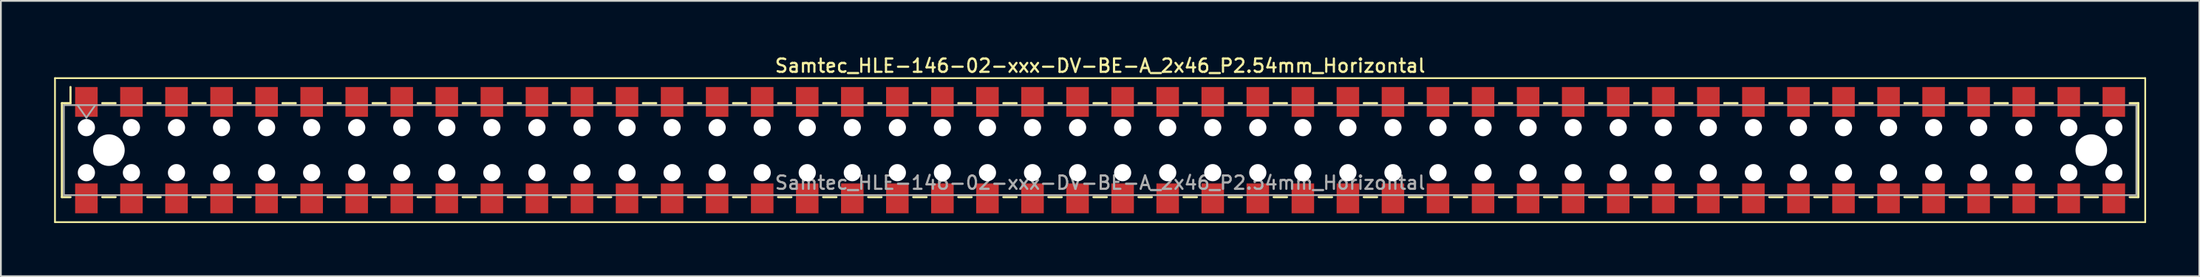
<source format=kicad_pcb>
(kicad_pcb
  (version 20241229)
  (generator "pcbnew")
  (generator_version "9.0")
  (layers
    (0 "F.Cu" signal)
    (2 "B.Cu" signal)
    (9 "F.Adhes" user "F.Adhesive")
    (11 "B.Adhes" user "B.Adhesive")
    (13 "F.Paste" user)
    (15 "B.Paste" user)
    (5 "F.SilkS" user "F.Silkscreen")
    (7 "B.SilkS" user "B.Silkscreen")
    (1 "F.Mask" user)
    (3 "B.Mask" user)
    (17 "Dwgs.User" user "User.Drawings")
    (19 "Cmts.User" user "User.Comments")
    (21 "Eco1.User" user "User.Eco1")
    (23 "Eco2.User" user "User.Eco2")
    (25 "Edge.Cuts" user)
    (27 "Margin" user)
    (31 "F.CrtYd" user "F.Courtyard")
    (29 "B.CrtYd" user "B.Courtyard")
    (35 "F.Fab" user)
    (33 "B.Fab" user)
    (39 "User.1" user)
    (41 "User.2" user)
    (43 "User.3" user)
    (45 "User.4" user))
  (footprint "Samtec_HLE-146-02-xxx-DV-BE-A_2x46_P2.54mm_Horizontal"
    (layer "F.Cu")
    (at 58.97 5.418)
    (property "Reference" "Samtec_HLE-146-02-xxx-DV-BE-A_2x46_P2.54mm_Horizontal" (at 0 -4.76 0) (layer "F.SilkS") (effects (font (size 0.75 0.75) (thickness 0.125))))
    (attr smd)
    (fp_line (start -58.92 -4.06) (end 58.92 -4.06) (stroke (width 0.1) (type solid)) (layer "F.SilkS"))
    (fp_line (start -58.92 4.06) (end -58.92 -4.06) (stroke (width 0.1) (type solid)) (layer "F.SilkS"))
    (fp_line (start -58.53 -2.65) (end -58.53 2.65) (stroke (width 0.12) (type solid)) (layer "F.SilkS"))
    (fp_line (start -58.53 2.65) (end -58.045 2.65) (stroke (width 0.12) (type solid)) (layer "F.SilkS"))
    (fp_line (start -58.045 -3.56) (end -58.045 -2.65) (stroke (width 0.12) (type solid)) (layer "F.SilkS"))
    (fp_line (start -58.045 -2.65) (end -58.53 -2.65) (stroke (width 0.12) (type solid)) (layer "F.SilkS"))
    (fp_line (start -56.255 -2.65) (end -55.505 -2.65) (stroke (width 0.12) (type solid)) (layer "F.SilkS"))
    (fp_line (start -56.255 2.65) (end -55.505 2.65) (stroke (width 0.12) (type solid)) (layer "F.SilkS"))
    (fp_line (start -53.715 -2.65) (end -52.965 -2.65) (stroke (width 0.12) (type solid)) (layer "F.SilkS"))
    (fp_line (start -53.715 2.65) (end -52.965 2.65) (stroke (width 0.12) (type solid)) (layer "F.SilkS"))
    (fp_line (start -51.175 -2.65) (end -50.425 -2.65) (stroke (width 0.12) (type solid)) (layer "F.SilkS"))
    (fp_line (start -51.175 2.65) (end -50.425 2.65) (stroke (width 0.12) (type solid)) (layer "F.SilkS"))
    (fp_line (start -48.635 -2.65) (end -47.885 -2.65) (stroke (width 0.12) (type solid)) (layer "F.SilkS"))
    (fp_line (start -48.635 2.65) (end -47.885 2.65) (stroke (width 0.12) (type solid)) (layer "F.SilkS"))
    (fp_line (start -46.095 -2.65) (end -45.345 -2.65) (stroke (width 0.12) (type solid)) (layer "F.SilkS"))
    (fp_line (start -46.095 2.65) (end -45.345 2.65) (stroke (width 0.12) (type solid)) (layer "F.SilkS"))
    (fp_line (start -43.555 -2.65) (end -42.805 -2.65) (stroke (width 0.12) (type solid)) (layer "F.SilkS"))
    (fp_line (start -43.555 2.65) (end -42.805 2.65) (stroke (width 0.12) (type solid)) (layer "F.SilkS"))
    (fp_line (start -41.015 -2.65) (end -40.265 -2.65) (stroke (width 0.12) (type solid)) (layer "F.SilkS"))
    (fp_line (start -41.015 2.65) (end -40.265 2.65) (stroke (width 0.12) (type solid)) (layer "F.SilkS"))
    (fp_line (start -38.475 -2.65) (end -37.725 -2.65) (stroke (width 0.12) (type solid)) (layer "F.SilkS"))
    (fp_line (start -38.475 2.65) (end -37.725 2.65) (stroke (width 0.12) (type solid)) (layer "F.SilkS"))
    (fp_line (start -35.935 -2.65) (end -35.185 -2.65) (stroke (width 0.12) (type solid)) (layer "F.SilkS"))
    (fp_line (start -35.935 2.65) (end -35.185 2.65) (stroke (width 0.12) (type solid)) (layer "F.SilkS"))
    (fp_line (start -33.395 -2.65) (end -32.645 -2.65) (stroke (width 0.12) (type solid)) (layer "F.SilkS"))
    (fp_line (start -33.395 2.65) (end -32.645 2.65) (stroke (width 0.12) (type solid)) (layer "F.SilkS"))
    (fp_line (start -30.855 -2.65) (end -30.105 -2.65) (stroke (width 0.12) (type solid)) (layer "F.SilkS"))
    (fp_line (start -30.855 2.65) (end -30.105 2.65) (stroke (width 0.12) (type solid)) (layer "F.SilkS"))
    (fp_line (start -28.315 -2.65) (end -27.565 -2.65) (stroke (width 0.12) (type solid)) (layer "F.SilkS"))
    (fp_line (start -28.315 2.65) (end -27.565 2.65) (stroke (width 0.12) (type solid)) (layer "F.SilkS"))
    (fp_line (start -25.775 -2.65) (end -25.025 -2.65) (stroke (width 0.12) (type solid)) (layer "F.SilkS"))
    (fp_line (start -25.775 2.65) (end -25.025 2.65) (stroke (width 0.12) (type solid)) (layer "F.SilkS"))
    (fp_line (start -23.235 -2.65) (end -22.485 -2.65) (stroke (width 0.12) (type solid)) (layer "F.SilkS"))
    (fp_line (start -23.235 2.65) (end -22.485 2.65) (stroke (width 0.12) (type solid)) (layer "F.SilkS"))
    (fp_line (start -20.695 -2.65) (end -19.945 -2.65) (stroke (width 0.12) (type solid)) (layer "F.SilkS"))
    (fp_line (start -20.695 2.65) (end -19.945 2.65) (stroke (width 0.12) (type solid)) (layer "F.SilkS"))
    (fp_line (start -18.155 -2.65) (end -17.405 -2.65) (stroke (width 0.12) (type solid)) (layer "F.SilkS"))
    (fp_line (start -18.155 2.65) (end -17.405 2.65) (stroke (width 0.12) (type solid)) (layer "F.SilkS"))
    (fp_line (start -15.615 -2.65) (end -14.865 -2.65) (stroke (width 0.12) (type solid)) (layer "F.SilkS"))
    (fp_line (start -15.615 2.65) (end -14.865 2.65) (stroke (width 0.12) (type solid)) (layer "F.SilkS"))
    (fp_line (start -13.075 -2.65) (end -12.325 -2.65) (stroke (width 0.12) (type solid)) (layer "F.SilkS"))
    (fp_line (start -13.075 2.65) (end -12.325 2.65) (stroke (width 0.12) (type solid)) (layer "F.SilkS"))
    (fp_line (start -10.535 -2.65) (end -9.785 -2.65) (stroke (width 0.12) (type solid)) (layer "F.SilkS"))
    (fp_line (start -10.535 2.65) (end -9.785 2.65) (stroke (width 0.12) (type solid)) (layer "F.SilkS"))
    (fp_line (start -7.995 -2.65) (end -7.245 -2.65) (stroke (width 0.12) (type solid)) (layer "F.SilkS"))
    (fp_line (start -7.995 2.65) (end -7.245 2.65) (stroke (width 0.12) (type solid)) (layer "F.SilkS"))
    (fp_line (start -5.455 -2.65) (end -4.705 -2.65) (stroke (width 0.12) (type solid)) (layer "F.SilkS"))
    (fp_line (start -5.455 2.65) (end -4.705 2.65) (stroke (width 0.12) (type solid)) (layer "F.SilkS"))
    (fp_line (start -2.915 -2.65) (end -2.165 -2.65) (stroke (width 0.12) (type solid)) (layer "F.SilkS"))
    (fp_line (start -2.915 2.65) (end -2.165 2.65) (stroke (width 0.12) (type solid)) (layer "F.SilkS"))
    (fp_line (start -0.375 -2.65) (end 0.375 -2.65) (stroke (width 0.12) (type solid)) (layer "F.SilkS"))
    (fp_line (start -0.375 2.65) (end 0.375 2.65) (stroke (width 0.12) (type solid)) (layer "F.SilkS"))
    (fp_line (start 2.165 -2.65) (end 2.915 -2.65) (stroke (width 0.12) (type solid)) (layer "F.SilkS"))
    (fp_line (start 2.165 2.65) (end 2.915 2.65) (stroke (width 0.12) (type solid)) (layer "F.SilkS"))
    (fp_line (start 4.705 -2.65) (end 5.455 -2.65) (stroke (width 0.12) (type solid)) (layer "F.SilkS"))
    (fp_line (start 4.705 2.65) (end 5.455 2.65) (stroke (width 0.12) (type solid)) (layer "F.SilkS"))
    (fp_line (start 7.245 -2.65) (end 7.995 -2.65) (stroke (width 0.12) (type solid)) (layer "F.SilkS"))
    (fp_line (start 7.245 2.65) (end 7.995 2.65) (stroke (width 0.12) (type solid)) (layer "F.SilkS"))
    (fp_line (start 9.785 -2.65) (end 10.535 -2.65) (stroke (width 0.12) (type solid)) (layer "F.SilkS"))
    (fp_line (start 9.785 2.65) (end 10.535 2.65) (stroke (width 0.12) (type solid)) (layer "F.SilkS"))
    (fp_line (start 12.325 -2.65) (end 13.075 -2.65) (stroke (width 0.12) (type solid)) (layer "F.SilkS"))
    (fp_line (start 12.325 2.65) (end 13.075 2.65) (stroke (width 0.12) (type solid)) (layer "F.SilkS"))
    (fp_line (start 14.865 -2.65) (end 15.615 -2.65) (stroke (width 0.12) (type solid)) (layer "F.SilkS"))
    (fp_line (start 14.865 2.65) (end 15.615 2.65) (stroke (width 0.12) (type solid)) (layer "F.SilkS"))
    (fp_line (start 17.405 -2.65) (end 18.155 -2.65) (stroke (width 0.12) (type solid)) (layer "F.SilkS"))
    (fp_line (start 17.405 2.65) (end 18.155 2.65) (stroke (width 0.12) (type solid)) (layer "F.SilkS"))
    (fp_line (start 19.945 -2.65) (end 20.695 -2.65) (stroke (width 0.12) (type solid)) (layer "F.SilkS"))
    (fp_line (start 19.945 2.65) (end 20.695 2.65) (stroke (width 0.12) (type solid)) (layer "F.SilkS"))
    (fp_line (start 22.485 -2.65) (end 23.235 -2.65) (stroke (width 0.12) (type solid)) (layer "F.SilkS"))
    (fp_line (start 22.485 2.65) (end 23.235 2.65) (stroke (width 0.12) (type solid)) (layer "F.SilkS"))
    (fp_line (start 25.025 -2.65) (end 25.775 -2.65) (stroke (width 0.12) (type solid)) (layer "F.SilkS"))
    (fp_line (start 25.025 2.65) (end 25.775 2.65) (stroke (width 0.12) (type solid)) (layer "F.SilkS"))
    (fp_line (start 27.565 -2.65) (end 28.315 -2.65) (stroke (width 0.12) (type solid)) (layer "F.SilkS"))
    (fp_line (start 27.565 2.65) (end 28.315 2.65) (stroke (width 0.12) (type solid)) (layer "F.SilkS"))
    (fp_line (start 30.105 -2.65) (end 30.855 -2.65) (stroke (width 0.12) (type solid)) (layer "F.SilkS"))
    (fp_line (start 30.105 2.65) (end 30.855 2.65) (stroke (width 0.12) (type solid)) (layer "F.SilkS"))
    (fp_line (start 32.645 -2.65) (end 33.395 -2.65) (stroke (width 0.12) (type solid)) (layer "F.SilkS"))
    (fp_line (start 32.645 2.65) (end 33.395 2.65) (stroke (width 0.12) (type solid)) (layer "F.SilkS"))
    (fp_line (start 35.185 -2.65) (end 35.935 -2.65) (stroke (width 0.12) (type solid)) (layer "F.SilkS"))
    (fp_line (start 35.185 2.65) (end 35.935 2.65) (stroke (width 0.12) (type solid)) (layer "F.SilkS"))
    (fp_line (start 37.725 -2.65) (end 38.475 -2.65) (stroke (width 0.12) (type solid)) (layer "F.SilkS"))
    (fp_line (start 37.725 2.65) (end 38.475 2.65) (stroke (width 0.12) (type solid)) (layer "F.SilkS"))
    (fp_line (start 40.265 -2.65) (end 41.015 -2.65) (stroke (width 0.12) (type solid)) (layer "F.SilkS"))
    (fp_line (start 40.265 2.65) (end 41.015 2.65) (stroke (width 0.12) (type solid)) (layer "F.SilkS"))
    (fp_line (start 42.805 -2.65) (end 43.555 -2.65) (stroke (width 0.12) (type solid)) (layer "F.SilkS"))
    (fp_line (start 42.805 2.65) (end 43.555 2.65) (stroke (width 0.12) (type solid)) (layer "F.SilkS"))
    (fp_line (start 45.345 -2.65) (end 46.095 -2.65) (stroke (width 0.12) (type solid)) (layer "F.SilkS"))
    (fp_line (start 45.345 2.65) (end 46.095 2.65) (stroke (width 0.12) (type solid)) (layer "F.SilkS"))
    (fp_line (start 47.885 -2.65) (end 48.635 -2.65) (stroke (width 0.12) (type solid)) (layer "F.SilkS"))
    (fp_line (start 47.885 2.65) (end 48.635 2.65) (stroke (width 0.12) (type solid)) (layer "F.SilkS"))
    (fp_line (start 50.425 -2.65) (end 51.175 -2.65) (stroke (width 0.12) (type solid)) (layer "F.SilkS"))
    (fp_line (start 50.425 2.65) (end 51.175 2.65) (stroke (width 0.12) (type solid)) (layer "F.SilkS"))
    (fp_line (start 52.965 -2.65) (end 53.715 -2.65) (stroke (width 0.12) (type solid)) (layer "F.SilkS"))
    (fp_line (start 52.965 2.65) (end 53.715 2.65) (stroke (width 0.12) (type solid)) (layer "F.SilkS"))
    (fp_line (start 55.505 -2.65) (end 56.255 -2.65) (stroke (width 0.12) (type solid)) (layer "F.SilkS"))
    (fp_line (start 55.505 2.65) (end 56.255 2.65) (stroke (width 0.12) (type solid)) (layer "F.SilkS"))
    (fp_line (start 58.045 -2.65) (end 58.53 -2.65) (stroke (width 0.12) (type solid)) (layer "F.SilkS"))
    (fp_line (start 58.53 -2.65) (end 58.53 2.65) (stroke (width 0.12) (type solid)) (layer "F.SilkS"))
    (fp_line (start 58.53 2.65) (end 58.045 2.65) (stroke (width 0.12) (type solid)) (layer "F.SilkS"))
    (fp_line (start 58.92 -4.06) (end 58.92 4.06) (stroke (width 0.1) (type solid)) (layer "F.SilkS"))
    (fp_line (start 58.92 4.06) (end -58.92 4.06) (stroke (width 0.1) (type solid)) (layer "F.SilkS"))
    (fp_line (start -58.42 -2.54) (end 58.42 -2.54) (stroke (width 0.1) (type solid)) (layer "F.Fab"))
    (fp_line (start -58.42 2.54) (end -58.42 -2.54) (stroke (width 0.1) (type solid)) (layer "F.Fab"))
    (fp_line (start -57.65 -2.54) (end -57.15 -1.833) (stroke (width 0.1) (type solid)) (layer "F.Fab"))
    (fp_line (start -57.15 -1.833) (end -56.65 -2.54) (stroke (width 0.1) (type solid)) (layer "F.Fab"))
    (fp_line (start 58.42 -2.54) (end 58.42 2.54) (stroke (width 0.1) (type solid)) (layer "F.Fab"))
    (fp_line (start 58.42 2.54) (end -58.42 2.54) (stroke (width 0.1) (type solid)) (layer "F.Fab"))
    (fp_text user "${REFERENCE}" (at 0 1.84 0) (layer "F.Fab") (effects (font (size 0.75 0.75) (thickness 0.125))))
    (pad "" np_thru_hole circle (at -57.15 -1.27) (size 0.97 0.97) (drill 0.97) (layers "*.Cu" "*.Mask"))
    (pad "" np_thru_hole circle (at -57.15 1.27) (size 0.97 0.97) (drill 0.97) (layers "*.Cu" "*.Mask"))
    (pad "" np_thru_hole circle (at -55.88 0) (size 1.78 1.78) (drill 1.78) (layers "*.Cu" "*.Mask"))
    (pad "" np_thru_hole circle (at -54.61 -1.27) (size 0.97 0.97) (drill 0.97) (layers "*.Cu" "*.Mask"))
    (pad "" np_thru_hole circle (at -54.61 1.27) (size 0.97 0.97) (drill 0.97) (layers "*.Cu" "*.Mask"))
    (pad "" np_thru_hole circle (at -52.07 -1.27) (size 0.97 0.97) (drill 0.97) (layers "*.Cu" "*.Mask"))
    (pad "" np_thru_hole circle (at -52.07 1.27) (size 0.97 0.97) (drill 0.97) (layers "*.Cu" "*.Mask"))
    (pad "" np_thru_hole circle (at -49.53 -1.27) (size 0.97 0.97) (drill 0.97) (layers "*.Cu" "*.Mask"))
    (pad "" np_thru_hole circle (at -49.53 1.27) (size 0.97 0.97) (drill 0.97) (layers "*.Cu" "*.Mask"))
    (pad "" np_thru_hole circle (at -46.99 -1.27) (size 0.97 0.97) (drill 0.97) (layers "*.Cu" "*.Mask"))
    (pad "" np_thru_hole circle (at -46.99 1.27) (size 0.97 0.97) (drill 0.97) (layers "*.Cu" "*.Mask"))
    (pad "" np_thru_hole circle (at -44.45 -1.27) (size 0.97 0.97) (drill 0.97) (layers "*.Cu" "*.Mask"))
    (pad "" np_thru_hole circle (at -44.45 1.27) (size 0.97 0.97) (drill 0.97) (layers "*.Cu" "*.Mask"))
    (pad "" np_thru_hole circle (at -41.91 -1.27) (size 0.97 0.97) (drill 0.97) (layers "*.Cu" "*.Mask"))
    (pad "" np_thru_hole circle (at -41.91 1.27) (size 0.97 0.97) (drill 0.97) (layers "*.Cu" "*.Mask"))
    (pad "" np_thru_hole circle (at -39.37 -1.27) (size 0.97 0.97) (drill 0.97) (layers "*.Cu" "*.Mask"))
    (pad "" np_thru_hole circle (at -39.37 1.27) (size 0.97 0.97) (drill 0.97) (layers "*.Cu" "*.Mask"))
    (pad "" np_thru_hole circle (at -36.83 -1.27) (size 0.97 0.97) (drill 0.97) (layers "*.Cu" "*.Mask"))
    (pad "" np_thru_hole circle (at -36.83 1.27) (size 0.97 0.97) (drill 0.97) (layers "*.Cu" "*.Mask"))
    (pad "" np_thru_hole circle (at -34.29 -1.27) (size 0.97 0.97) (drill 0.97) (layers "*.Cu" "*.Mask"))
    (pad "" np_thru_hole circle (at -34.29 1.27) (size 0.97 0.97) (drill 0.97) (layers "*.Cu" "*.Mask"))
    (pad "" np_thru_hole circle (at -31.75 -1.27) (size 0.97 0.97) (drill 0.97) (layers "*.Cu" "*.Mask"))
    (pad "" np_thru_hole circle (at -31.75 1.27) (size 0.97 0.97) (drill 0.97) (layers "*.Cu" "*.Mask"))
    (pad "" np_thru_hole circle (at -29.21 -1.27) (size 0.97 0.97) (drill 0.97) (layers "*.Cu" "*.Mask"))
    (pad "" np_thru_hole circle (at -29.21 1.27) (size 0.97 0.97) (drill 0.97) (layers "*.Cu" "*.Mask"))
    (pad "" np_thru_hole circle (at -26.67 -1.27) (size 0.97 0.97) (drill 0.97) (layers "*.Cu" "*.Mask"))
    (pad "" np_thru_hole circle (at -26.67 1.27) (size 0.97 0.97) (drill 0.97) (layers "*.Cu" "*.Mask"))
    (pad "" np_thru_hole circle (at -24.13 -1.27) (size 0.97 0.97) (drill 0.97) (layers "*.Cu" "*.Mask"))
    (pad "" np_thru_hole circle (at -24.13 1.27) (size 0.97 0.97) (drill 0.97) (layers "*.Cu" "*.Mask"))
    (pad "" np_thru_hole circle (at -21.59 -1.27) (size 0.97 0.97) (drill 0.97) (layers "*.Cu" "*.Mask"))
    (pad "" np_thru_hole circle (at -21.59 1.27) (size 0.97 0.97) (drill 0.97) (layers "*.Cu" "*.Mask"))
    (pad "" np_thru_hole circle (at -19.05 -1.27) (size 0.97 0.97) (drill 0.97) (layers "*.Cu" "*.Mask"))
    (pad "" np_thru_hole circle (at -19.05 1.27) (size 0.97 0.97) (drill 0.97) (layers "*.Cu" "*.Mask"))
    (pad "" np_thru_hole circle (at -16.51 -1.27) (size 0.97 0.97) (drill 0.97) (layers "*.Cu" "*.Mask"))
    (pad "" np_thru_hole circle (at -16.51 1.27) (size 0.97 0.97) (drill 0.97) (layers "*.Cu" "*.Mask"))
    (pad "" np_thru_hole circle (at -13.97 -1.27) (size 0.97 0.97) (drill 0.97) (layers "*.Cu" "*.Mask"))
    (pad "" np_thru_hole circle (at -13.97 1.27) (size 0.97 0.97) (drill 0.97) (layers "*.Cu" "*.Mask"))
    (pad "" np_thru_hole circle (at -11.43 -1.27) (size 0.97 0.97) (drill 0.97) (layers "*.Cu" "*.Mask"))
    (pad "" np_thru_hole circle (at -11.43 1.27) (size 0.97 0.97) (drill 0.97) (layers "*.Cu" "*.Mask"))
    (pad "" np_thru_hole circle (at -8.89 -1.27) (size 0.97 0.97) (drill 0.97) (layers "*.Cu" "*.Mask"))
    (pad "" np_thru_hole circle (at -8.89 1.27) (size 0.97 0.97) (drill 0.97) (layers "*.Cu" "*.Mask"))
    (pad "" np_thru_hole circle (at -6.35 -1.27) (size 0.97 0.97) (drill 0.97) (layers "*.Cu" "*.Mask"))
    (pad "" np_thru_hole circle (at -6.35 1.27) (size 0.97 0.97) (drill 0.97) (layers "*.Cu" "*.Mask"))
    (pad "" np_thru_hole circle (at -3.81 -1.27) (size 0.97 0.97) (drill 0.97) (layers "*.Cu" "*.Mask"))
    (pad "" np_thru_hole circle (at -3.81 1.27) (size 0.97 0.97) (drill 0.97) (layers "*.Cu" "*.Mask"))
    (pad "" np_thru_hole circle (at -1.27 -1.27) (size 0.97 0.97) (drill 0.97) (layers "*.Cu" "*.Mask"))
    (pad "" np_thru_hole circle (at -1.27 1.27) (size 0.97 0.97) (drill 0.97) (layers "*.Cu" "*.Mask"))
    (pad "" np_thru_hole circle (at 1.27 -1.27) (size 0.97 0.97) (drill 0.97) (layers "*.Cu" "*.Mask"))
    (pad "" np_thru_hole circle (at 1.27 1.27) (size 0.97 0.97) (drill 0.97) (layers "*.Cu" "*.Mask"))
    (pad "" np_thru_hole circle (at 3.81 -1.27) (size 0.97 0.97) (drill 0.97) (layers "*.Cu" "*.Mask"))
    (pad "" np_thru_hole circle (at 3.81 1.27) (size 0.97 0.97) (drill 0.97) (layers "*.Cu" "*.Mask"))
    (pad "" np_thru_hole circle (at 6.35 -1.27) (size 0.97 0.97) (drill 0.97) (layers "*.Cu" "*.Mask"))
    (pad "" np_thru_hole circle (at 6.35 1.27) (size 0.97 0.97) (drill 0.97) (layers "*.Cu" "*.Mask"))
    (pad "" np_thru_hole circle (at 8.89 -1.27) (size 0.97 0.97) (drill 0.97) (layers "*.Cu" "*.Mask"))
    (pad "" np_thru_hole circle (at 8.89 1.27) (size 0.97 0.97) (drill 0.97) (layers "*.Cu" "*.Mask"))
    (pad "" np_thru_hole circle (at 11.43 -1.27) (size 0.97 0.97) (drill 0.97) (layers "*.Cu" "*.Mask"))
    (pad "" np_thru_hole circle (at 11.43 1.27) (size 0.97 0.97) (drill 0.97) (layers "*.Cu" "*.Mask"))
    (pad "" np_thru_hole circle (at 13.97 -1.27) (size 0.97 0.97) (drill 0.97) (layers "*.Cu" "*.Mask"))
    (pad "" np_thru_hole circle (at 13.97 1.27) (size 0.97 0.97) (drill 0.97) (layers "*.Cu" "*.Mask"))
    (pad "" np_thru_hole circle (at 16.51 -1.27) (size 0.97 0.97) (drill 0.97) (layers "*.Cu" "*.Mask"))
    (pad "" np_thru_hole circle (at 16.51 1.27) (size 0.97 0.97) (drill 0.97) (layers "*.Cu" "*.Mask"))
    (pad "" np_thru_hole circle (at 19.05 -1.27) (size 0.97 0.97) (drill 0.97) (layers "*.Cu" "*.Mask"))
    (pad "" np_thru_hole circle (at 19.05 1.27) (size 0.97 0.97) (drill 0.97) (layers "*.Cu" "*.Mask"))
    (pad "" np_thru_hole circle (at 21.59 -1.27) (size 0.97 0.97) (drill 0.97) (layers "*.Cu" "*.Mask"))
    (pad "" np_thru_hole circle (at 21.59 1.27) (size 0.97 0.97) (drill 0.97) (layers "*.Cu" "*.Mask"))
    (pad "" np_thru_hole circle (at 24.13 -1.27) (size 0.97 0.97) (drill 0.97) (layers "*.Cu" "*.Mask"))
    (pad "" np_thru_hole circle (at 24.13 1.27) (size 0.97 0.97) (drill 0.97) (layers "*.Cu" "*.Mask"))
    (pad "" np_thru_hole circle (at 26.67 -1.27) (size 0.97 0.97) (drill 0.97) (layers "*.Cu" "*.Mask"))
    (pad "" np_thru_hole circle (at 26.67 1.27) (size 0.97 0.97) (drill 0.97) (layers "*.Cu" "*.Mask"))
    (pad "" np_thru_hole circle (at 29.21 -1.27) (size 0.97 0.97) (drill 0.97) (layers "*.Cu" "*.Mask"))
    (pad "" np_thru_hole circle (at 29.21 1.27) (size 0.97 0.97) (drill 0.97) (layers "*.Cu" "*.Mask"))
    (pad "" np_thru_hole circle (at 31.75 -1.27) (size 0.97 0.97) (drill 0.97) (layers "*.Cu" "*.Mask"))
    (pad "" np_thru_hole circle (at 31.75 1.27) (size 0.97 0.97) (drill 0.97) (layers "*.Cu" "*.Mask"))
    (pad "" np_thru_hole circle (at 34.29 -1.27) (size 0.97 0.97) (drill 0.97) (layers "*.Cu" "*.Mask"))
    (pad "" np_thru_hole circle (at 34.29 1.27) (size 0.97 0.97) (drill 0.97) (layers "*.Cu" "*.Mask"))
    (pad "" np_thru_hole circle (at 36.83 -1.27) (size 0.97 0.97) (drill 0.97) (layers "*.Cu" "*.Mask"))
    (pad "" np_thru_hole circle (at 36.83 1.27) (size 0.97 0.97) (drill 0.97) (layers "*.Cu" "*.Mask"))
    (pad "" np_thru_hole circle (at 39.37 -1.27) (size 0.97 0.97) (drill 0.97) (layers "*.Cu" "*.Mask"))
    (pad "" np_thru_hole circle (at 39.37 1.27) (size 0.97 0.97) (drill 0.97) (layers "*.Cu" "*.Mask"))
    (pad "" np_thru_hole circle (at 41.91 -1.27) (size 0.97 0.97) (drill 0.97) (layers "*.Cu" "*.Mask"))
    (pad "" np_thru_hole circle (at 41.91 1.27) (size 0.97 0.97) (drill 0.97) (layers "*.Cu" "*.Mask"))
    (pad "" np_thru_hole circle (at 44.45 -1.27) (size 0.97 0.97) (drill 0.97) (layers "*.Cu" "*.Mask"))
    (pad "" np_thru_hole circle (at 44.45 1.27) (size 0.97 0.97) (drill 0.97) (layers "*.Cu" "*.Mask"))
    (pad "" np_thru_hole circle (at 46.99 -1.27) (size 0.97 0.97) (drill 0.97) (layers "*.Cu" "*.Mask"))
    (pad "" np_thru_hole circle (at 46.99 1.27) (size 0.97 0.97) (drill 0.97) (layers "*.Cu" "*.Mask"))
    (pad "" np_thru_hole circle (at 49.53 -1.27) (size 0.97 0.97) (drill 0.97) (layers "*.Cu" "*.Mask"))
    (pad "" np_thru_hole circle (at 49.53 1.27) (size 0.97 0.97) (drill 0.97) (layers "*.Cu" "*.Mask"))
    (pad "" np_thru_hole circle (at 52.07 -1.27) (size 0.97 0.97) (drill 0.97) (layers "*.Cu" "*.Mask"))
    (pad "" np_thru_hole circle (at 52.07 1.27) (size 0.97 0.97) (drill 0.97) (layers "*.Cu" "*.Mask"))
    (pad "" np_thru_hole circle (at 54.61 -1.27) (size 0.97 0.97) (drill 0.97) (layers "*.Cu" "*.Mask"))
    (pad "" np_thru_hole circle (at 54.61 1.27) (size 0.97 0.97) (drill 0.97) (layers "*.Cu" "*.Mask"))
    (pad "" np_thru_hole circle (at 55.88 0) (size 1.78 1.78) (drill 1.78) (layers "*.Cu" "*.Mask"))
    (pad "" np_thru_hole circle (at 57.15 -1.27) (size 0.97 0.97) (drill 0.97) (layers "*.Cu" "*.Mask"))
    (pad "" np_thru_hole circle (at 57.15 1.27) (size 0.97 0.97) (drill 0.97) (layers "*.Cu" "*.Mask"))
    (pad "1" smd rect (at -57.15 -2.72) (size 1.27 1.68) (layers "F.Cu" "F.Mask" "F.Paste"))
    (pad "2" smd rect (at -57.15 2.72) (size 1.27 1.68) (layers "F.Cu" "F.Mask" "F.Paste"))
    (pad "3" smd rect (at -54.61 -2.72) (size 1.27 1.68) (layers "F.Cu" "F.Mask" "F.Paste"))
    (pad "4" smd rect (at -54.61 2.72) (size 1.27 1.68) (layers "F.Cu" "F.Mask" "F.Paste"))
    (pad "5" smd rect (at -52.07 -2.72) (size 1.27 1.68) (layers "F.Cu" "F.Mask" "F.Paste"))
    (pad "6" smd rect (at -52.07 2.72) (size 1.27 1.68) (layers "F.Cu" "F.Mask" "F.Paste"))
    (pad "7" smd rect (at -49.53 -2.72) (size 1.27 1.68) (layers "F.Cu" "F.Mask" "F.Paste"))
    (pad "8" smd rect (at -49.53 2.72) (size 1.27 1.68) (layers "F.Cu" "F.Mask" "F.Paste"))
    (pad "9" smd rect (at -46.99 -2.72) (size 1.27 1.68) (layers "F.Cu" "F.Mask" "F.Paste"))
    (pad "10" smd rect (at -46.99 2.72) (size 1.27 1.68) (layers "F.Cu" "F.Mask" "F.Paste"))
    (pad "11" smd rect (at -44.45 -2.72) (size 1.27 1.68) (layers "F.Cu" "F.Mask" "F.Paste"))
    (pad "12" smd rect (at -44.45 2.72) (size 1.27 1.68) (layers "F.Cu" "F.Mask" "F.Paste"))
    (pad "13" smd rect (at -41.91 -2.72) (size 1.27 1.68) (layers "F.Cu" "F.Mask" "F.Paste"))
    (pad "14" smd rect (at -41.91 2.72) (size 1.27 1.68) (layers "F.Cu" "F.Mask" "F.Paste"))
    (pad "15" smd rect (at -39.37 -2.72) (size 1.27 1.68) (layers "F.Cu" "F.Mask" "F.Paste"))
    (pad "16" smd rect (at -39.37 2.72) (size 1.27 1.68) (layers "F.Cu" "F.Mask" "F.Paste"))
    (pad "17" smd rect (at -36.83 -2.72) (size 1.27 1.68) (layers "F.Cu" "F.Mask" "F.Paste"))
    (pad "18" smd rect (at -36.83 2.72) (size 1.27 1.68) (layers "F.Cu" "F.Mask" "F.Paste"))
    (pad "19" smd rect (at -34.29 -2.72) (size 1.27 1.68) (layers "F.Cu" "F.Mask" "F.Paste"))
    (pad "20" smd rect (at -34.29 2.72) (size 1.27 1.68) (layers "F.Cu" "F.Mask" "F.Paste"))
    (pad "21" smd rect (at -31.75 -2.72) (size 1.27 1.68) (layers "F.Cu" "F.Mask" "F.Paste"))
    (pad "22" smd rect (at -31.75 2.72) (size 1.27 1.68) (layers "F.Cu" "F.Mask" "F.Paste"))
    (pad "23" smd rect (at -29.21 -2.72) (size 1.27 1.68) (layers "F.Cu" "F.Mask" "F.Paste"))
    (pad "24" smd rect (at -29.21 2.72) (size 1.27 1.68) (layers "F.Cu" "F.Mask" "F.Paste"))
    (pad "25" smd rect (at -26.67 -2.72) (size 1.27 1.68) (layers "F.Cu" "F.Mask" "F.Paste"))
    (pad "26" smd rect (at -26.67 2.72) (size 1.27 1.68) (layers "F.Cu" "F.Mask" "F.Paste"))
    (pad "27" smd rect (at -24.13 -2.72) (size 1.27 1.68) (layers "F.Cu" "F.Mask" "F.Paste"))
    (pad "28" smd rect (at -24.13 2.72) (size 1.27 1.68) (layers "F.Cu" "F.Mask" "F.Paste"))
    (pad "29" smd rect (at -21.59 -2.72) (size 1.27 1.68) (layers "F.Cu" "F.Mask" "F.Paste"))
    (pad "30" smd rect (at -21.59 2.72) (size 1.27 1.68) (layers "F.Cu" "F.Mask" "F.Paste"))
    (pad "31" smd rect (at -19.05 -2.72) (size 1.27 1.68) (layers "F.Cu" "F.Mask" "F.Paste"))
    (pad "32" smd rect (at -19.05 2.72) (size 1.27 1.68) (layers "F.Cu" "F.Mask" "F.Paste"))
    (pad "33" smd rect (at -16.51 -2.72) (size 1.27 1.68) (layers "F.Cu" "F.Mask" "F.Paste"))
    (pad "34" smd rect (at -16.51 2.72) (size 1.27 1.68) (layers "F.Cu" "F.Mask" "F.Paste"))
    (pad "35" smd rect (at -13.97 -2.72) (size 1.27 1.68) (layers "F.Cu" "F.Mask" "F.Paste"))
    (pad "36" smd rect (at -13.97 2.72) (size 1.27 1.68) (layers "F.Cu" "F.Mask" "F.Paste"))
    (pad "37" smd rect (at -11.43 -2.72) (size 1.27 1.68) (layers "F.Cu" "F.Mask" "F.Paste"))
    (pad "38" smd rect (at -11.43 2.72) (size 1.27 1.68) (layers "F.Cu" "F.Mask" "F.Paste"))
    (pad "39" smd rect (at -8.89 -2.72) (size 1.27 1.68) (layers "F.Cu" "F.Mask" "F.Paste"))
    (pad "40" smd rect (at -8.89 2.72) (size 1.27 1.68) (layers "F.Cu" "F.Mask" "F.Paste"))
    (pad "41" smd rect (at -6.35 -2.72) (size 1.27 1.68) (layers "F.Cu" "F.Mask" "F.Paste"))
    (pad "42" smd rect (at -6.35 2.72) (size 1.27 1.68) (layers "F.Cu" "F.Mask" "F.Paste"))
    (pad "43" smd rect (at -3.81 -2.72) (size 1.27 1.68) (layers "F.Cu" "F.Mask" "F.Paste"))
    (pad "44" smd rect (at -3.81 2.72) (size 1.27 1.68) (layers "F.Cu" "F.Mask" "F.Paste"))
    (pad "45" smd rect (at -1.27 -2.72) (size 1.27 1.68) (layers "F.Cu" "F.Mask" "F.Paste"))
    (pad "46" smd rect (at -1.27 2.72) (size 1.27 1.68) (layers "F.Cu" "F.Mask" "F.Paste"))
    (pad "47" smd rect (at 1.27 -2.72) (size 1.27 1.68) (layers "F.Cu" "F.Mask" "F.Paste"))
    (pad "48" smd rect (at 1.27 2.72) (size 1.27 1.68) (layers "F.Cu" "F.Mask" "F.Paste"))
    (pad "49" smd rect (at 3.81 -2.72) (size 1.27 1.68) (layers "F.Cu" "F.Mask" "F.Paste"))
    (pad "50" smd rect (at 3.81 2.72) (size 1.27 1.68) (layers "F.Cu" "F.Mask" "F.Paste"))
    (pad "51" smd rect (at 6.35 -2.72) (size 1.27 1.68) (layers "F.Cu" "F.Mask" "F.Paste"))
    (pad "52" smd rect (at 6.35 2.72) (size 1.27 1.68) (layers "F.Cu" "F.Mask" "F.Paste"))
    (pad "53" smd rect (at 8.89 -2.72) (size 1.27 1.68) (layers "F.Cu" "F.Mask" "F.Paste"))
    (pad "54" smd rect (at 8.89 2.72) (size 1.27 1.68) (layers "F.Cu" "F.Mask" "F.Paste"))
    (pad "55" smd rect (at 11.43 -2.72) (size 1.27 1.68) (layers "F.Cu" "F.Mask" "F.Paste"))
    (pad "56" smd rect (at 11.43 2.72) (size 1.27 1.68) (layers "F.Cu" "F.Mask" "F.Paste"))
    (pad "57" smd rect (at 13.97 -2.72) (size 1.27 1.68) (layers "F.Cu" "F.Mask" "F.Paste"))
    (pad "58" smd rect (at 13.97 2.72) (size 1.27 1.68) (layers "F.Cu" "F.Mask" "F.Paste"))
    (pad "59" smd rect (at 16.51 -2.72) (size 1.27 1.68) (layers "F.Cu" "F.Mask" "F.Paste"))
    (pad "60" smd rect (at 16.51 2.72) (size 1.27 1.68) (layers "F.Cu" "F.Mask" "F.Paste"))
    (pad "61" smd rect (at 19.05 -2.72) (size 1.27 1.68) (layers "F.Cu" "F.Mask" "F.Paste"))
    (pad "62" smd rect (at 19.05 2.72) (size 1.27 1.68) (layers "F.Cu" "F.Mask" "F.Paste"))
    (pad "63" smd rect (at 21.59 -2.72) (size 1.27 1.68) (layers "F.Cu" "F.Mask" "F.Paste"))
    (pad "64" smd rect (at 21.59 2.72) (size 1.27 1.68) (layers "F.Cu" "F.Mask" "F.Paste"))
    (pad "65" smd rect (at 24.13 -2.72) (size 1.27 1.68) (layers "F.Cu" "F.Mask" "F.Paste"))
    (pad "66" smd rect (at 24.13 2.72) (size 1.27 1.68) (layers "F.Cu" "F.Mask" "F.Paste"))
    (pad "67" smd rect (at 26.67 -2.72) (size 1.27 1.68) (layers "F.Cu" "F.Mask" "F.Paste"))
    (pad "68" smd rect (at 26.67 2.72) (size 1.27 1.68) (layers "F.Cu" "F.Mask" "F.Paste"))
    (pad "69" smd rect (at 29.21 -2.72) (size 1.27 1.68) (layers "F.Cu" "F.Mask" "F.Paste"))
    (pad "70" smd rect (at 29.21 2.72) (size 1.27 1.68) (layers "F.Cu" "F.Mask" "F.Paste"))
    (pad "71" smd rect (at 31.75 -2.72) (size 1.27 1.68) (layers "F.Cu" "F.Mask" "F.Paste"))
    (pad "72" smd rect (at 31.75 2.72) (size 1.27 1.68) (layers "F.Cu" "F.Mask" "F.Paste"))
    (pad "73" smd rect (at 34.29 -2.72) (size 1.27 1.68) (layers "F.Cu" "F.Mask" "F.Paste"))
    (pad "74" smd rect (at 34.29 2.72) (size 1.27 1.68) (layers "F.Cu" "F.Mask" "F.Paste"))
    (pad "75" smd rect (at 36.83 -2.72) (size 1.27 1.68) (layers "F.Cu" "F.Mask" "F.Paste"))
    (pad "76" smd rect (at 36.83 2.72) (size 1.27 1.68) (layers "F.Cu" "F.Mask" "F.Paste"))
    (pad "77" smd rect (at 39.37 -2.72) (size 1.27 1.68) (layers "F.Cu" "F.Mask" "F.Paste"))
    (pad "78" smd rect (at 39.37 2.72) (size 1.27 1.68) (layers "F.Cu" "F.Mask" "F.Paste"))
    (pad "79" smd rect (at 41.91 -2.72) (size 1.27 1.68) (layers "F.Cu" "F.Mask" "F.Paste"))
    (pad "80" smd rect (at 41.91 2.72) (size 1.27 1.68) (layers "F.Cu" "F.Mask" "F.Paste"))
    (pad "81" smd rect (at 44.45 -2.72) (size 1.27 1.68) (layers "F.Cu" "F.Mask" "F.Paste"))
    (pad "82" smd rect (at 44.45 2.72) (size 1.27 1.68) (layers "F.Cu" "F.Mask" "F.Paste"))
    (pad "83" smd rect (at 46.99 -2.72) (size 1.27 1.68) (layers "F.Cu" "F.Mask" "F.Paste"))
    (pad "84" smd rect (at 46.99 2.72) (size 1.27 1.68) (layers "F.Cu" "F.Mask" "F.Paste"))
    (pad "85" smd rect (at 49.53 -2.72) (size 1.27 1.68) (layers "F.Cu" "F.Mask" "F.Paste"))
    (pad "86" smd rect (at 49.53 2.72) (size 1.27 1.68) (layers "F.Cu" "F.Mask" "F.Paste"))
    (pad "87" smd rect (at 52.07 -2.72) (size 1.27 1.68) (layers "F.Cu" "F.Mask" "F.Paste"))
    (pad "88" smd rect (at 52.07 2.72) (size 1.27 1.68) (layers "F.Cu" "F.Mask" "F.Paste"))
    (pad "89" smd rect (at 54.61 -2.72) (size 1.27 1.68) (layers "F.Cu" "F.Mask" "F.Paste"))
    (pad "90" smd rect (at 54.61 2.72) (size 1.27 1.68) (layers "F.Cu" "F.Mask" "F.Paste"))
    (pad "91" smd rect (at 57.15 -2.72) (size 1.27 1.68) (layers "F.Cu" "F.Mask" "F.Paste"))
    (pad "92" smd rect (at 57.15 2.72) (size 1.27 1.68) (layers "F.Cu" "F.Mask" "F.Paste")))
  (gr_rect
    (start -3 -3)
    (end 120.94 12.528)
    (stroke (width 0.1) (type default))
    (fill no)
    (layer "Edge.Cuts")))
</source>
